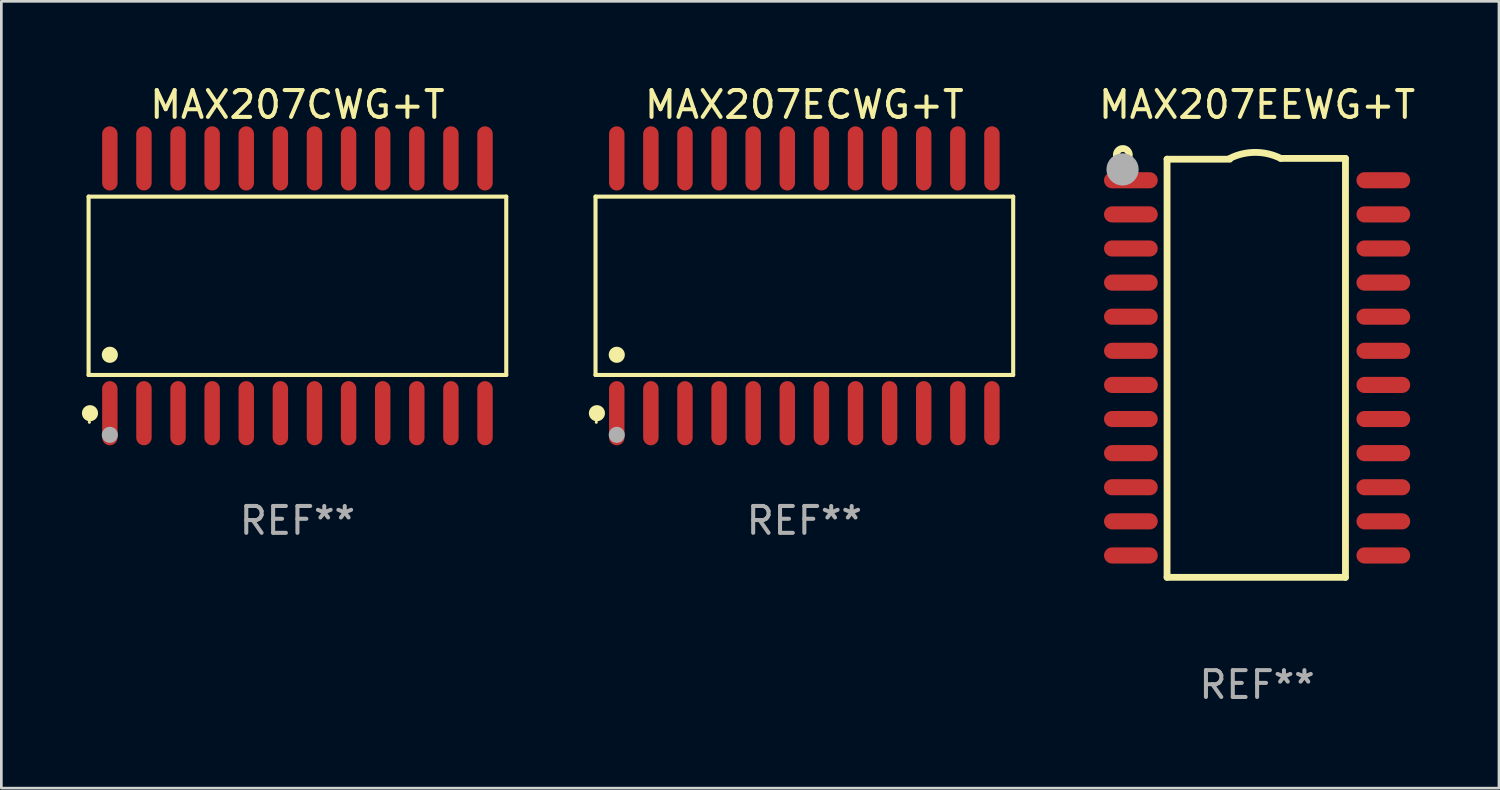
<source format=kicad_pcb>
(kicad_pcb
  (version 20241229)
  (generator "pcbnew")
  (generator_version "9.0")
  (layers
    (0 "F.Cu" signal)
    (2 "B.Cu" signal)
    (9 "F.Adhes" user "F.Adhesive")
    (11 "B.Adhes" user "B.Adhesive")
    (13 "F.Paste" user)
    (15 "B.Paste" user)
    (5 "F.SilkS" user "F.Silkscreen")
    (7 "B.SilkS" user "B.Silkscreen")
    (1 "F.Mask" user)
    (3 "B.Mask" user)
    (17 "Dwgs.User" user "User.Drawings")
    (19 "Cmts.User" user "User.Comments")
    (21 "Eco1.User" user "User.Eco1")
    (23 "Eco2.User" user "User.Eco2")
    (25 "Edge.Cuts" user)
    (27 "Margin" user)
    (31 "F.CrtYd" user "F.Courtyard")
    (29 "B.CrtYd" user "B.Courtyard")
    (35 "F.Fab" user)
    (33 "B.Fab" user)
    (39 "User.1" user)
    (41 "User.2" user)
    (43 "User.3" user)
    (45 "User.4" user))
  (footprint "MAX207CWG+T"
    (layer "F.Cu")
    (at 8.025 7.592)
    (property "Reference" "MAX207CWG+T" (at 0 -6.744 0) (layer "F.SilkS") (effects (font (size 1 1) (thickness 0.15))))
    (attr through_hole)
    (fp_line (start -7.776 -3.321) (end 7.776 -3.321) (stroke (width 0.152) (type solid)) (layer "F.SilkS"))
    (fp_line (start -7.776 3.321) (end -7.776 -3.321) (stroke (width 0.152) (type solid)) (layer "F.SilkS"))
    (fp_line (start 7.776 -3.321) (end 7.776 3.321) (stroke (width 0.152) (type solid)) (layer "F.SilkS"))
    (fp_line (start 7.776 3.321) (end -7.776 3.321) (stroke (width 0.152) (type solid)) (layer "F.SilkS"))
    (fp_circle (center -7.747 5.08) (end -7.717 5.08) (stroke (width 0.06) (type solid)) (fill no) (layer "F.SilkS"))
    (fp_circle (center -7.724 4.744) (end -7.574 4.744) (stroke (width 0.3) (type solid)) (fill no) (layer "F.SilkS"))
    (fp_circle (center -6.985 2.569) (end -6.835 2.569) (stroke (width 0.3) (type solid)) (fill no) (layer "F.SilkS"))
    (fp_circle (center -6.985 5.55) (end -6.835 5.55) (stroke (width 0.3) (type solid)) (fill no) (layer "F.Fab"))
    (fp_text user "REF**" (at 0 8.744 0) (layer "F.Fab") (effects (font (size 1 1) (thickness 0.15))))
    (pad "1" smd oval (at -6.985 4.744) (size 0.574 2.388) (layers "F.Cu" "F.Mask" "F.Paste"))
    (pad "2" smd oval (at -5.715 4.744) (size 0.574 2.388) (layers "F.Cu" "F.Mask" "F.Paste"))
    (pad "3" smd oval (at -4.445 4.744) (size 0.574 2.388) (layers "F.Cu" "F.Mask" "F.Paste"))
    (pad "4" smd oval (at -3.175 4.744) (size 0.574 2.388) (layers "F.Cu" "F.Mask" "F.Paste"))
    (pad "5" smd oval (at -1.905 4.744) (size 0.574 2.388) (layers "F.Cu" "F.Mask" "F.Paste"))
    (pad "6" smd oval (at -0.635 4.744) (size 0.574 2.388) (layers "F.Cu" "F.Mask" "F.Paste"))
    (pad "7" smd oval (at 0.635 4.744) (size 0.574 2.388) (layers "F.Cu" "F.Mask" "F.Paste"))
    (pad "8" smd oval (at 1.905 4.744) (size 0.574 2.388) (layers "F.Cu" "F.Mask" "F.Paste"))
    (pad "9" smd oval (at 3.175 4.744) (size 0.574 2.388) (layers "F.Cu" "F.Mask" "F.Paste"))
    (pad "10" smd oval (at 4.445 4.744) (size 0.574 2.388) (layers "F.Cu" "F.Mask" "F.Paste"))
    (pad "11" smd oval (at 5.715 4.744) (size 0.574 2.388) (layers "F.Cu" "F.Mask" "F.Paste"))
    (pad "12" smd oval (at 6.985 4.744) (size 0.574 2.388) (layers "F.Cu" "F.Mask" "F.Paste"))
    (pad "13" smd oval (at 6.985 -4.744) (size 0.574 2.388) (layers "F.Cu" "F.Mask" "F.Paste"))
    (pad "14" smd oval (at 5.715 -4.744) (size 0.574 2.388) (layers "F.Cu" "F.Mask" "F.Paste"))
    (pad "15" smd oval (at 4.445 -4.744) (size 0.574 2.388) (layers "F.Cu" "F.Mask" "F.Paste"))
    (pad "16" smd oval (at 3.175 -4.744) (size 0.574 2.388) (layers "F.Cu" "F.Mask" "F.Paste"))
    (pad "17" smd oval (at 1.905 -4.744) (size 0.574 2.388) (layers "F.Cu" "F.Mask" "F.Paste"))
    (pad "18" smd oval (at 0.635 -4.744) (size 0.574 2.388) (layers "F.Cu" "F.Mask" "F.Paste"))
    (pad "19" smd oval (at -0.635 -4.744) (size 0.574 2.388) (layers "F.Cu" "F.Mask" "F.Paste"))
    (pad "20" smd oval (at -1.905 -4.744) (size 0.574 2.388) (layers "F.Cu" "F.Mask" "F.Paste"))
    (pad "21" smd oval (at -3.175 -4.744) (size 0.574 2.388) (layers "F.Cu" "F.Mask" "F.Paste"))
    (pad "22" smd oval (at -4.445 -4.744) (size 0.574 2.388) (layers "F.Cu" "F.Mask" "F.Paste"))
    (pad "23" smd oval (at -5.715 -4.744) (size 0.574 2.388) (layers "F.Cu" "F.Mask" "F.Paste"))
    (pad "24" smd oval (at -6.985 -4.744) (size 0.574 2.388) (layers "F.Cu" "F.Mask" "F.Paste")))
  (footprint "MAX207ECWG+T"
    (layer "F.Cu")
    (at 26.901 7.592)
    (property "Reference" "MAX207ECWG+T" (at 0 -6.744 0) (layer "F.SilkS") (effects (font (size 1 1) (thickness 0.15))))
    (attr through_hole)
    (fp_line (start -7.776 -3.321) (end 7.776 -3.321) (stroke (width 0.152) (type solid)) (layer "F.SilkS"))
    (fp_line (start -7.776 3.321) (end -7.776 -3.321) (stroke (width 0.152) (type solid)) (layer "F.SilkS"))
    (fp_line (start 7.776 -3.321) (end 7.776 3.321) (stroke (width 0.152) (type solid)) (layer "F.SilkS"))
    (fp_line (start 7.776 3.321) (end -7.776 3.321) (stroke (width 0.152) (type solid)) (layer "F.SilkS"))
    (fp_circle (center -7.747 5.08) (end -7.717 5.08) (stroke (width 0.06) (type solid)) (fill no) (layer "F.SilkS"))
    (fp_circle (center -7.724 4.744) (end -7.574 4.744) (stroke (width 0.3) (type solid)) (fill no) (layer "F.SilkS"))
    (fp_circle (center -6.985 2.569) (end -6.835 2.569) (stroke (width 0.3) (type solid)) (fill no) (layer "F.SilkS"))
    (fp_circle (center -6.985 5.55) (end -6.835 5.55) (stroke (width 0.3) (type solid)) (fill no) (layer "F.Fab"))
    (fp_text user "REF**" (at 0 8.744 0) (layer "F.Fab") (effects (font (size 1 1) (thickness 0.15))))
    (pad "1" smd oval (at -6.985 4.744) (size 0.574 2.388) (layers "F.Cu" "F.Mask" "F.Paste"))
    (pad "2" smd oval (at -5.715 4.744) (size 0.574 2.388) (layers "F.Cu" "F.Mask" "F.Paste"))
    (pad "3" smd oval (at -4.445 4.744) (size 0.574 2.388) (layers "F.Cu" "F.Mask" "F.Paste"))
    (pad "4" smd oval (at -3.175 4.744) (size 0.574 2.388) (layers "F.Cu" "F.Mask" "F.Paste"))
    (pad "5" smd oval (at -1.905 4.744) (size 0.574 2.388) (layers "F.Cu" "F.Mask" "F.Paste"))
    (pad "6" smd oval (at -0.635 4.744) (size 0.574 2.388) (layers "F.Cu" "F.Mask" "F.Paste"))
    (pad "7" smd oval (at 0.635 4.744) (size 0.574 2.388) (layers "F.Cu" "F.Mask" "F.Paste"))
    (pad "8" smd oval (at 1.905 4.744) (size 0.574 2.388) (layers "F.Cu" "F.Mask" "F.Paste"))
    (pad "9" smd oval (at 3.175 4.744) (size 0.574 2.388) (layers "F.Cu" "F.Mask" "F.Paste"))
    (pad "10" smd oval (at 4.445 4.744) (size 0.574 2.388) (layers "F.Cu" "F.Mask" "F.Paste"))
    (pad "11" smd oval (at 5.715 4.744) (size 0.574 2.388) (layers "F.Cu" "F.Mask" "F.Paste"))
    (pad "12" smd oval (at 6.985 4.744) (size 0.574 2.388) (layers "F.Cu" "F.Mask" "F.Paste"))
    (pad "13" smd oval (at 6.985 -4.744) (size 0.574 2.388) (layers "F.Cu" "F.Mask" "F.Paste"))
    (pad "14" smd oval (at 5.715 -4.744) (size 0.574 2.388) (layers "F.Cu" "F.Mask" "F.Paste"))
    (pad "15" smd oval (at 4.445 -4.744) (size 0.574 2.388) (layers "F.Cu" "F.Mask" "F.Paste"))
    (pad "16" smd oval (at 3.175 -4.744) (size 0.574 2.388) (layers "F.Cu" "F.Mask" "F.Paste"))
    (pad "17" smd oval (at 1.905 -4.744) (size 0.574 2.388) (layers "F.Cu" "F.Mask" "F.Paste"))
    (pad "18" smd oval (at 0.635 -4.744) (size 0.574 2.388) (layers "F.Cu" "F.Mask" "F.Paste"))
    (pad "19" smd oval (at -0.635 -4.744) (size 0.574 2.388) (layers "F.Cu" "F.Mask" "F.Paste"))
    (pad "20" smd oval (at -1.905 -4.744) (size 0.574 2.388) (layers "F.Cu" "F.Mask" "F.Paste"))
    (pad "21" smd oval (at -3.175 -4.744) (size 0.574 2.388) (layers "F.Cu" "F.Mask" "F.Paste"))
    (pad "22" smd oval (at -4.445 -4.744) (size 0.574 2.388) (layers "F.Cu" "F.Mask" "F.Paste"))
    (pad "23" smd oval (at -5.715 -4.744) (size 0.574 2.388) (layers "F.Cu" "F.Mask" "F.Paste"))
    (pad "24" smd oval (at -6.985 -4.744) (size 0.574 2.388) (layers "F.Cu" "F.Mask" "F.Paste")))
  (footprint "MAX207EEWG+T"
    (layer "F.Cu")
    (at 43.76 10.648)
    (property "Reference" "MAX207EEWG+T" (at 0 -9.8 0) (layer "F.SilkS") (effects (font (size 1 1) (thickness 0.15))))
    (attr through_hole)
    (fp_line (start -3.353 -7.77) (end -1.016 -7.77) (stroke (width 0.254) (type solid)) (layer "F.SilkS"))
    (fp_line (start -3.353 7.8) (end -3.353 -7.77) (stroke (width 0.254) (type solid)) (layer "F.SilkS"))
    (fp_line (start 0.881 -7.8) (end 3.29 -7.8) (stroke (width 0.254) (type solid)) (layer "F.SilkS"))
    (fp_line (start 3.29 -7.8) (end 3.29 7.8) (stroke (width 0.254) (type solid)) (layer "F.SilkS"))
    (fp_line (start 3.29 7.8) (end -3.353 7.8) (stroke (width 0.254) (type solid)) (layer "F.SilkS"))
    (fp_arc (start -1.015951 -7.800025) (mid -0.067691 -8.023879) (end 0.880569 -7.800025) (stroke (width 0.254001) (type solid)) (layer "F.SilkS"))
    (fp_circle (center -5 -7.927) (end -4.886 -7.927) (stroke (width 0.254) (type solid)) (fill no) (layer "F.SilkS"))
    (fp_circle (center -5.01 -7.39) (end -4.71 -7.39) (stroke (width 0.6) (type solid)) (fill no) (layer "F.Fab"))
    (fp_text user "REF**" (at 0 11.8 0) (layer "F.Fab") (effects (font (size 1 1) (thickness 0.15))))
    (pad "1" smd oval (at -4.7 -6.985 270) (size 0.6 2) (layers "F.Cu" "F.Mask" "F.Paste"))
    (pad "2" smd oval (at -4.7 -5.715 270) (size 0.6 2) (layers "F.Cu" "F.Mask" "F.Paste"))
    (pad "3" smd oval (at -4.7 -4.445 270) (size 0.6 2) (layers "F.Cu" "F.Mask" "F.Paste"))
    (pad "4" smd oval (at -4.7 -3.175 270) (size 0.6 2) (layers "F.Cu" "F.Mask" "F.Paste"))
    (pad "5" smd oval (at -4.7 -1.905 270) (size 0.6 2) (layers "F.Cu" "F.Mask" "F.Paste"))
    (pad "6" smd oval (at -4.7 -0.635 270) (size 0.6 2) (layers "F.Cu" "F.Mask" "F.Paste"))
    (pad "7" smd oval (at -4.7 0.635 270) (size 0.6 2) (layers "F.Cu" "F.Mask" "F.Paste"))
    (pad "8" smd oval (at -4.7 1.905 270) (size 0.6 2) (layers "F.Cu" "F.Mask" "F.Paste"))
    (pad "9" smd oval (at -4.7 3.175 270) (size 0.6 2) (layers "F.Cu" "F.Mask" "F.Paste"))
    (pad "10" smd oval (at -4.7 4.445 270) (size 0.6 2) (layers "F.Cu" "F.Mask" "F.Paste"))
    (pad "11" smd oval (at -4.7 5.715 270) (size 0.6 2) (layers "F.Cu" "F.Mask" "F.Paste"))
    (pad "12" smd oval (at -4.7 6.985 270) (size 0.6 2) (layers "F.Cu" "F.Mask" "F.Paste"))
    (pad "13" smd oval (at 4.7 6.985 270) (size 0.6 2) (layers "F.Cu" "F.Mask" "F.Paste"))
    (pad "14" smd oval (at 4.7 5.715 270) (size 0.6 2) (layers "F.Cu" "F.Mask" "F.Paste"))
    (pad "15" smd oval (at 4.7 4.445 270) (size 0.6 2) (layers "F.Cu" "F.Mask" "F.Paste"))
    (pad "16" smd oval (at 4.7 3.175 270) (size 0.6 2) (layers "F.Cu" "F.Mask" "F.Paste"))
    (pad "17" smd oval (at 4.7 1.905 270) (size 0.6 2) (layers "F.Cu" "F.Mask" "F.Paste"))
    (pad "18" smd oval (at 4.7 0.635 270) (size 0.6 2) (layers "F.Cu" "F.Mask" "F.Paste"))
    (pad "19" smd oval (at 4.7 -0.635 270) (size 0.6 2) (layers "F.Cu" "F.Mask" "F.Paste"))
    (pad "20" smd oval (at 4.7 -1.905 270) (size 0.6 2) (layers "F.Cu" "F.Mask" "F.Paste"))
    (pad "21" smd oval (at 4.7 -3.175 270) (size 0.6 2) (layers "F.Cu" "F.Mask" "F.Paste"))
    (pad "22" smd oval (at 4.7 -4.445 270) (size 0.6 2) (layers "F.Cu" "F.Mask" "F.Paste"))
    (pad "23" smd oval (at 4.7 -5.715 270) (size 0.6 2) (layers "F.Cu" "F.Mask" "F.Paste"))
    (pad "24" smd oval (at 4.7 -6.985 270) (size 0.6 2) (layers "F.Cu" "F.Mask" "F.Paste")))
  (gr_rect
    (start -3 -3)
    (end 52.766 26.297)
    (stroke (width 0.1) (type default))
    (fill no)
    (layer "Edge.Cuts")))
</source>
